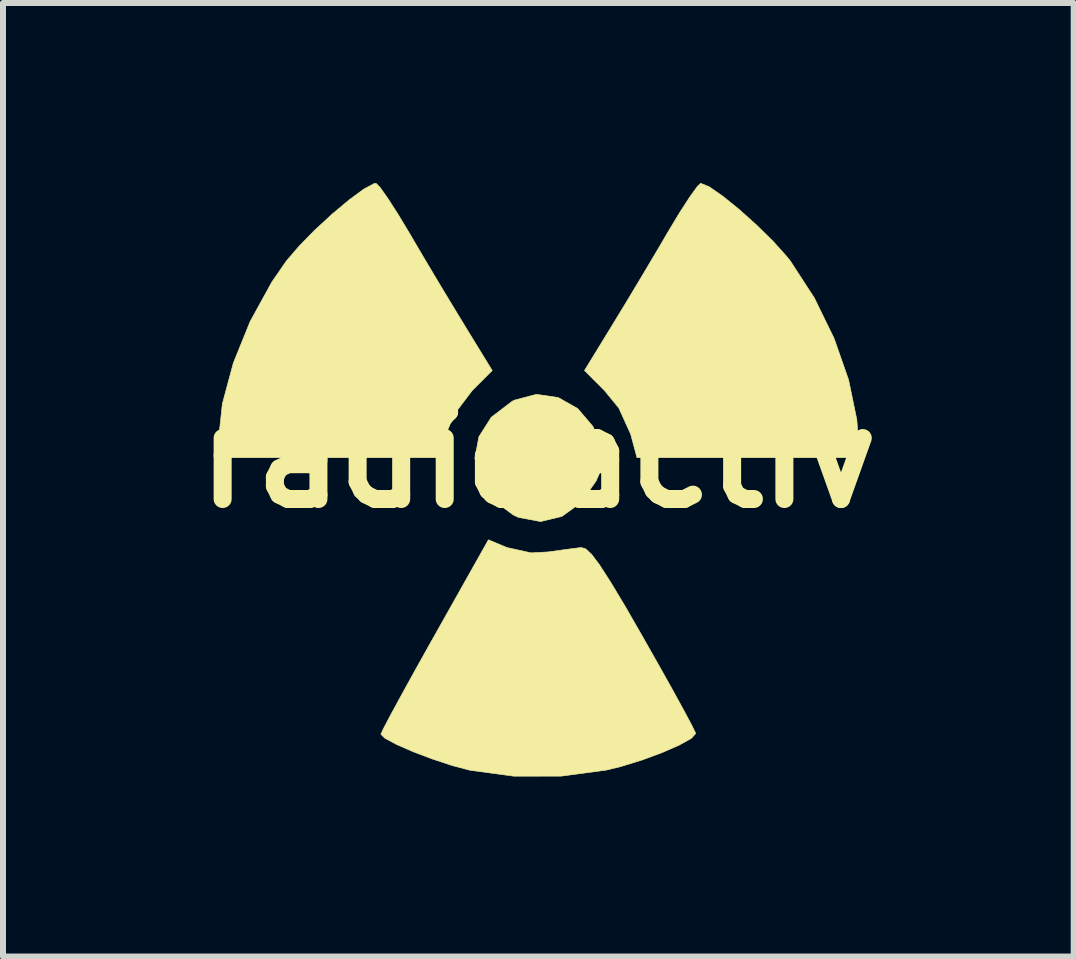
<source format=kicad_pcb>
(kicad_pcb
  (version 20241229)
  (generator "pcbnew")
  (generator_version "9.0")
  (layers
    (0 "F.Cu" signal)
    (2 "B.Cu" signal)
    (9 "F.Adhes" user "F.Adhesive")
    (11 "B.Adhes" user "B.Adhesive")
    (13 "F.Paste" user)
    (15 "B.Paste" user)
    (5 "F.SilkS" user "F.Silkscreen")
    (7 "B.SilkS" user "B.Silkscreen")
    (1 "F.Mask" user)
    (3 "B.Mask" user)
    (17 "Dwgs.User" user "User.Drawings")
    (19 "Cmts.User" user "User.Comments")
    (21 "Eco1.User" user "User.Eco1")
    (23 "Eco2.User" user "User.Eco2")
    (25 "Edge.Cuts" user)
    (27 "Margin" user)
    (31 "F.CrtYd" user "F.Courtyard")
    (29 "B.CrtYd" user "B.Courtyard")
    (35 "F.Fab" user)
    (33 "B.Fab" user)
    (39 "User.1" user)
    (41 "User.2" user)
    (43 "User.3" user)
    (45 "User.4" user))
  (footprint "radioactiv"
    (layer "F.Cu")
    (at 5.922 4.577)
    (property "Reference" "radioactiv" (at 0 0 0) (layer "F.SilkS") (effects (font (size 1.524 1.524) (thickness 0.3))))
    (attr through_hole)
    (fp_poly (pts (xy 0.331 -1.002) (xy 0.656 -0.818) (xy 0.91 -0.52) (xy 1.025 -0.256) (xy 1.077 -0.011) (xy 1.048 0.194) (xy 0.963 0.388) (xy 0.711 0.75) (xy 0.393 0.979) (xy 0.036 1.065) (xy -0.333 0.995) (xy -0.417 0.956) (xy -0.772 0.693) (xy -0.985 0.367) (xy -1.058 0.01) (xy -0.991 -0.348) (xy -0.784 -0.674) (xy -0.438 -0.938) (xy -0.397 -0.959) (xy -0.032 -1.055) (xy 0.331 -1.002)) (stroke (width 0.01) (type solid)) (fill yes) (layer "F.SilkS"))
    (fp_poly (pts (xy -2.637 -4.503) (xy -2.505 -4.316) (xy -2.329 -4.041) (xy -2.152 -3.747) (xy -1.894 -3.308) (xy -1.606 -2.825) (xy -1.333 -2.374) (xy -1.219 -2.187) (xy -0.769 -1.452) (xy -1.101 -1.12) (xy -1.406 -0.717) (xy -1.538 -0.394) (xy -1.644 0) (xy -5.334 0) (xy -5.333 -0.275) (xy -5.266 -0.898) (xy -5.083 -1.578) (xy -4.803 -2.27) (xy -4.442 -2.926) (xy -4.2 -3.277) (xy -3.991 -3.521) (xy -3.726 -3.792) (xy -3.436 -4.059) (xy -3.153 -4.296) (xy -2.91 -4.475) (xy -2.74 -4.566) (xy -2.706 -4.572) (xy -2.637 -4.503)) (stroke (width 0.01) (type solid)) (fill yes) (layer "F.SilkS"))
    (fp_poly (pts (xy 2.846 -4.515) (xy 3.069 -4.361) (xy 3.343 -4.14) (xy 3.634 -3.879) (xy 3.911 -3.607) (xy 4.141 -3.351) (xy 4.2 -3.277) (xy 4.599 -2.663) (xy 4.929 -1.987) (xy 5.171 -1.294) (xy 5.308 -0.632) (xy 5.333 -0.275) (xy 5.334 0) (xy 1.644 0) (xy 1.538 -0.394) (xy 1.341 -0.827) (xy 1.101 -1.12) (xy 0.769 -1.452) (xy 1.219 -2.187) (xy 1.467 -2.594) (xy 1.753 -3.071) (xy 2.032 -3.541) (xy 2.152 -3.747) (xy 2.35 -4.076) (xy 2.522 -4.342) (xy 2.648 -4.517) (xy 2.706 -4.572) (xy 2.846 -4.515)) (stroke (width 0.01) (type solid)) (fill yes) (layer "F.SilkS"))
    (fp_poly (pts (xy -0.524 1.498) (xy -0.12 1.587) (xy 0.167 1.571) (xy 0.439 1.533) (xy 0.663 1.504) (xy 0.716 1.498) (xy 0.79 1.521) (xy 0.888 1.612) (xy 1.021 1.789) (xy 1.2 2.067) (xy 1.437 2.461) (xy 1.741 2.989) (xy 1.75 3.006) (xy 2.011 3.466) (xy 2.241 3.877) (xy 2.427 4.216) (xy 2.557 4.46) (xy 2.619 4.587) (xy 2.622 4.598) (xy 2.549 4.679) (xy 2.35 4.79) (xy 2.064 4.915) (xy 1.726 5.04) (xy 1.376 5.148) (xy 1.129 5.208) (xy 0.379 5.308) (xy -0.406 5.309) (xy -1.14 5.21) (xy -1.143 5.209) (xy -1.439 5.131) (xy -1.767 5.022) (xy -2.09 4.9) (xy -2.366 4.779) (xy -2.558 4.676) (xy -2.625 4.61) (xy -2.585 4.523) (xy -2.474 4.311) (xy -2.303 3.996) (xy -2.085 3.6) (xy -1.832 3.146) (xy -1.728 2.962) (xy -0.832 1.369) (xy -0.524 1.498)) (stroke (width 0.01) (type solid)) (fill yes) (layer "F.SilkS")))
  (gr_rect
    (start -3 -3)
    (end 14.844 12.891)
    (stroke (width 0.1) (type default))
    (fill no)
    (layer "Edge.Cuts")))
</source>
